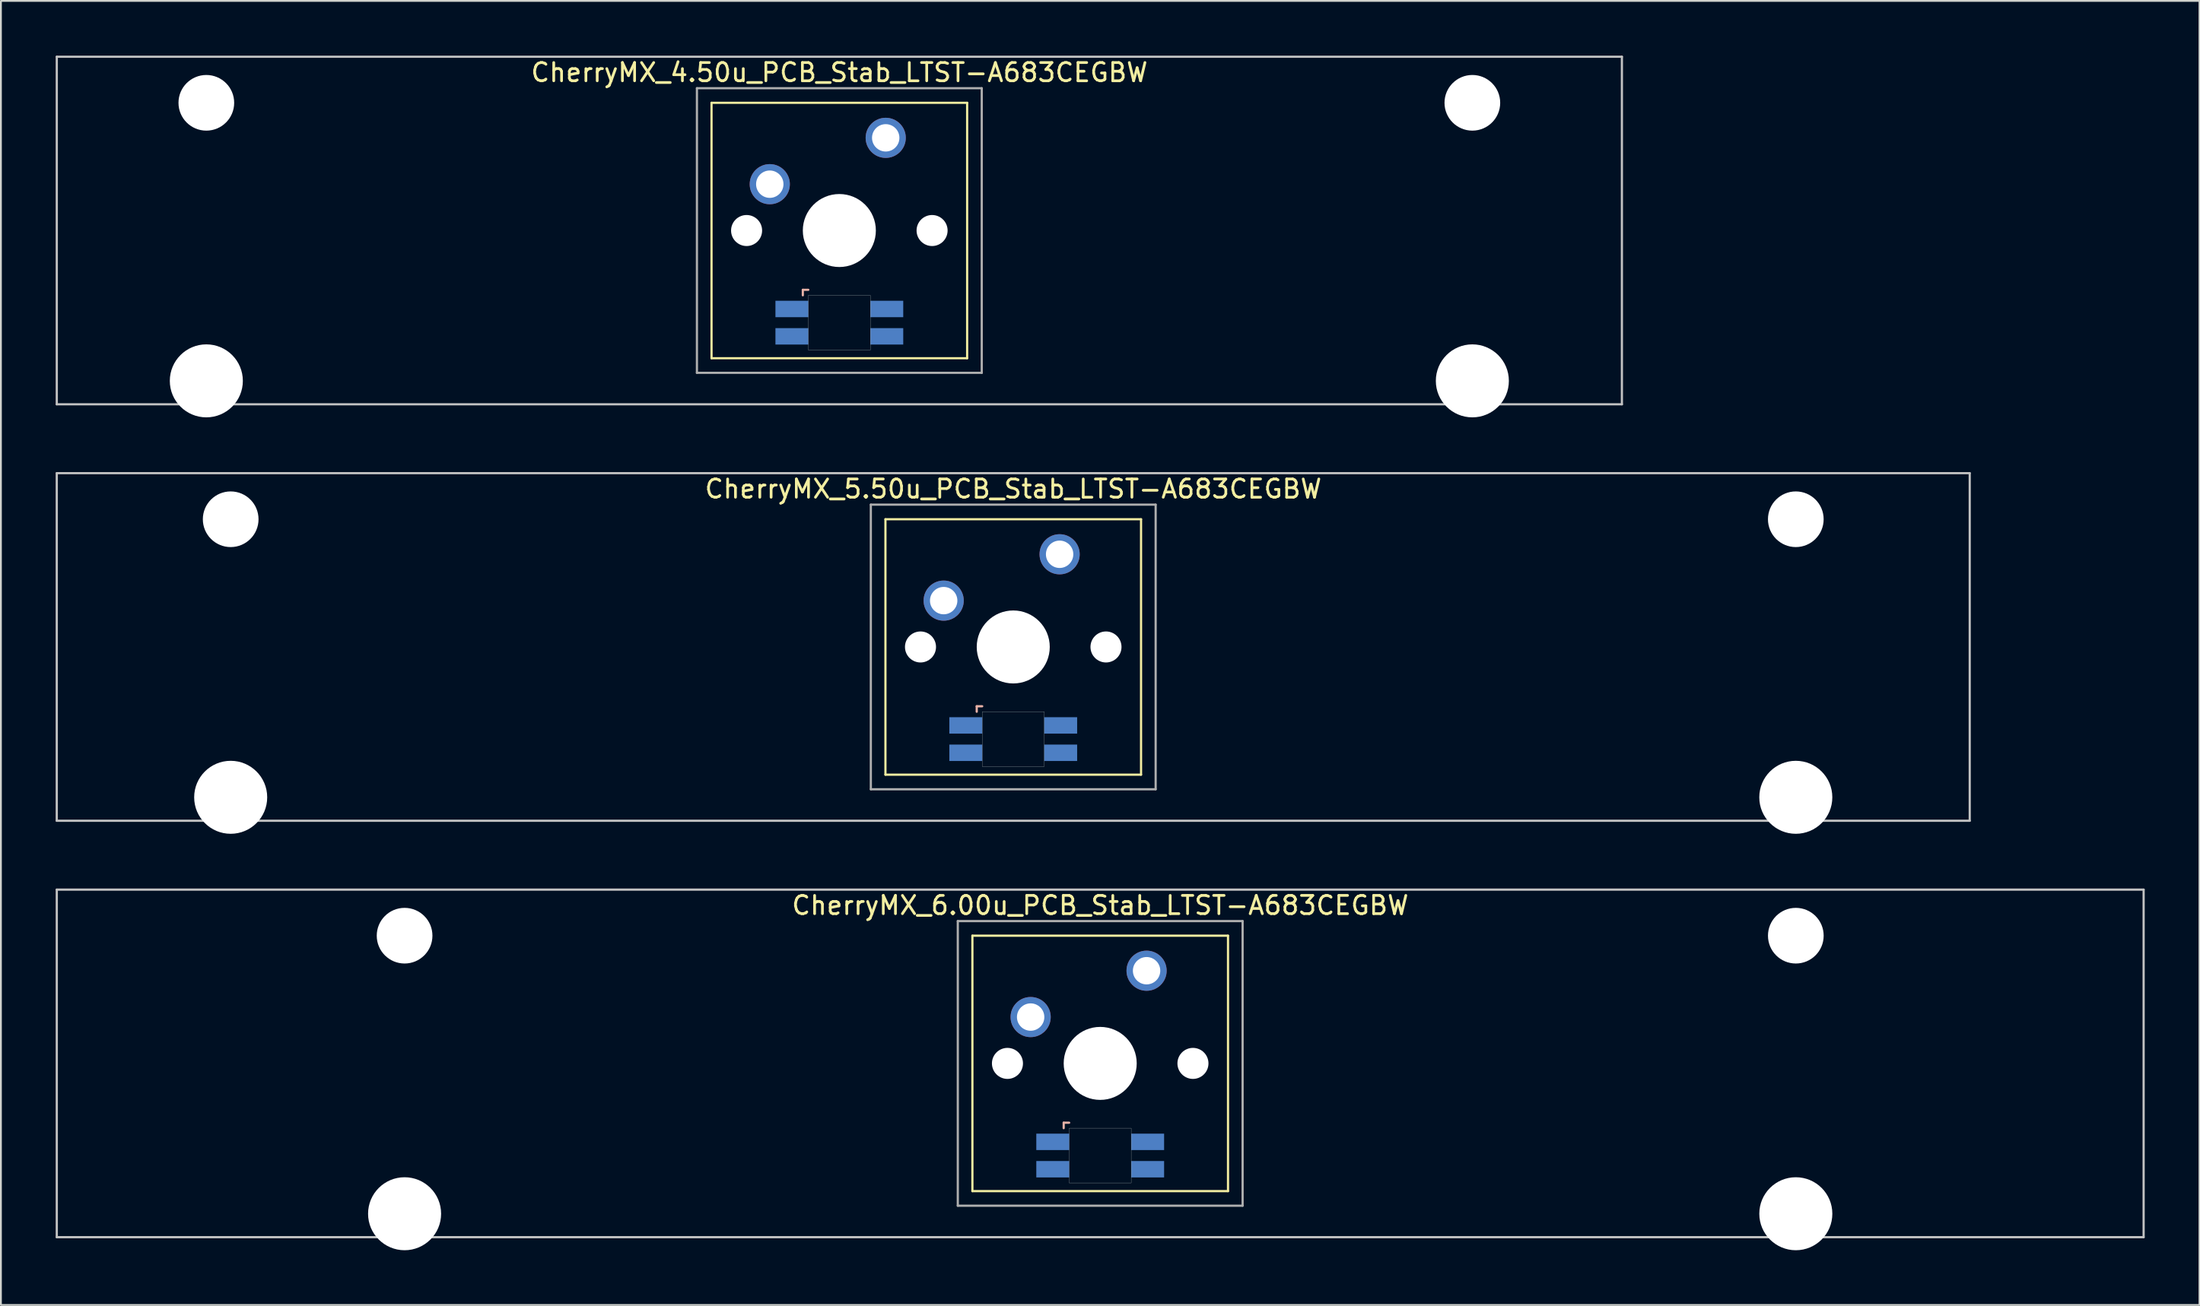
<source format=kicad_pcb>
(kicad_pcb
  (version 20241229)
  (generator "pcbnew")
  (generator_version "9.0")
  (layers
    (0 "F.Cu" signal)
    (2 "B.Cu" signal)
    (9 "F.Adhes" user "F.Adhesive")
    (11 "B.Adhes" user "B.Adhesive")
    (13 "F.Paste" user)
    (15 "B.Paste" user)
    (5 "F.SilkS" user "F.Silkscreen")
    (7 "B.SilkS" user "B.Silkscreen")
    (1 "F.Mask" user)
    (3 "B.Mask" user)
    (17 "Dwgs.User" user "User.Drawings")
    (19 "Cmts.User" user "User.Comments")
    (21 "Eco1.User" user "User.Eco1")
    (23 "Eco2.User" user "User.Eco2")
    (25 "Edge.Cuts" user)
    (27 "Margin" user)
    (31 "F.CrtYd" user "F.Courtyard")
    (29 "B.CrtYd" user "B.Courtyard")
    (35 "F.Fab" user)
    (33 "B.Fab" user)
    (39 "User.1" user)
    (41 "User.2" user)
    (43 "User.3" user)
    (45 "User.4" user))
  (footprint "CherryMX_6.00u_PCB_Stab_LTST-A683CEGBW"
    (layer "F.Cu")
    (at 57.21 55.235)
    (property "Reference" "CherryMX_6.00u_PCB_Stab_LTST-A683CEGBW" (at 0 -8.662 0) (layer "F.SilkS") (effects (font (size 1 1) (thickness 0.15))))
    (attr through_hole)
    (fp_line (start -7 -7) (end -7 7) (stroke (width 0.12) (type solid)) (layer "F.SilkS"))
    (fp_line (start -7 -7) (end 7 -7) (stroke (width 0.12) (type solid)) (layer "F.SilkS"))
    (fp_line (start 7 -7) (end 7 7) (stroke (width 0.12) (type solid)) (layer "F.SilkS"))
    (fp_line (start 7 7) (end -7 7) (stroke (width 0.12) (type solid)) (layer "F.SilkS"))
    (fp_line (start -2 3.25) (end -2 3.55) (stroke (width 0.12) (type solid)) (layer "B.SilkS"))
    (fp_line (start -1.7 3.25) (end -2 3.25) (stroke (width 0.12) (type solid)) (layer "B.SilkS"))
    (fp_line (start -57.15 -9.525) (end 57.15 -9.525) (stroke (width 0.12) (type solid)) (layer "Dwgs.User"))
    (fp_line (start -57.15 9.525) (end -57.15 -9.525) (stroke (width 0.12) (type solid)) (layer "Dwgs.User"))
    (fp_line (start 57.15 -9.525) (end 57.15 9.525) (stroke (width 0.12) (type solid)) (layer "Dwgs.User"))
    (fp_line (start 57.15 9.525) (end -57.15 9.525) (stroke (width 0.12) (type solid)) (layer "Dwgs.User"))
    (fp_poly (pts (xy 1.7 6.55) (xy -1.7 6.55) (xy -1.7 3.55) (xy 1.7 3.55)) (stroke (width 0.01) (type solid)) (fill no) (layer "Edge.Cuts"))
    (fp_line (start -7.8 -7.8) (end -7.8 7.8) (stroke (width 0.12) (type solid)) (layer "F.Fab"))
    (fp_line (start -7.8 -7.8) (end 7.8 -7.8) (stroke (width 0.12) (type solid)) (layer "F.Fab"))
    (fp_line (start -7.8 7.8) (end 7.8 7.8) (stroke (width 0.12) (type solid)) (layer "F.Fab"))
    (fp_line (start 7.8 -7.8) (end 7.8 7.8) (stroke (width 0.12) (type solid)) (layer "F.Fab"))
    (pad "" np_thru_hole circle (at -38.1 -7) (size 3.05 3.05) (drill 3.05) (layers "*.Cu" "*.Mask"))
    (pad "" np_thru_hole circle (at -38.1 8.24) (size 4 4) (drill 4) (layers "*.Cu" "*.Mask"))
    (pad "" np_thru_hole circle (at -5.08 0) (size 1.7 1.7) (drill 1.7) (layers "*.Cu" "*.Mask"))
    (pad "" np_thru_hole circle (at 0 0) (size 4 4) (drill 4) (layers "*.Cu" "*.Mask"))
    (pad "" np_thru_hole circle (at 5.08 0) (size 1.7 1.7) (drill 1.7) (layers "*.Cu" "*.Mask"))
    (pad "" np_thru_hole circle (at 38.1 -7) (size 3.05 3.05) (drill 3.05) (layers "*.Cu" "*.Mask"))
    (pad "" np_thru_hole circle (at 38.1 8.24) (size 4 4) (drill 4) (layers "*.Cu" "*.Mask"))
    (pad "1" thru_hole circle (at -3.81 -2.54) (size 2.2 2.2) (drill 1.5) (layers "*.Cu" "*.Mask"))
    (pad "2" thru_hole circle (at 2.54 -5.08) (size 2.2 2.2) (drill 1.5) (layers "*.Cu" "*.Mask"))
    (pad "3" smd rect (at -2.6 4.3) (size 1.8 0.9) (layers "B.Cu" "B.Mask" "B.Paste"))
    (pad "4" smd rect (at -2.6 5.8) (size 1.8 0.9) (layers "B.Cu" "B.Mask" "B.Paste"))
    (pad "5" smd rect (at 2.6 4.3) (size 1.8 0.9) (layers "B.Cu" "B.Mask" "B.Paste"))
    (pad "6" smd rect (at 2.6 5.8) (size 1.8 0.9) (layers "B.Cu" "B.Mask" "B.Paste")))
  (footprint "CherryMX_5.50u_PCB_Stab_LTST-A683CEGBW"
    (layer "F.Cu")
    (at 52.447 32.41)
    (property "Reference" "CherryMX_5.50u_PCB_Stab_LTST-A683CEGBW" (at 0 -8.662 0) (layer "F.SilkS") (effects (font (size 1 1) (thickness 0.15))))
    (attr through_hole)
    (fp_line (start -7 -7) (end -7 7) (stroke (width 0.12) (type solid)) (layer "F.SilkS"))
    (fp_line (start -7 -7) (end 7 -7) (stroke (width 0.12) (type solid)) (layer "F.SilkS"))
    (fp_line (start 7 -7) (end 7 7) (stroke (width 0.12) (type solid)) (layer "F.SilkS"))
    (fp_line (start 7 7) (end -7 7) (stroke (width 0.12) (type solid)) (layer "F.SilkS"))
    (fp_line (start -2 3.25) (end -2 3.55) (stroke (width 0.12) (type solid)) (layer "B.SilkS"))
    (fp_line (start -1.7 3.25) (end -2 3.25) (stroke (width 0.12) (type solid)) (layer "B.SilkS"))
    (fp_line (start -52.388 -9.525) (end 52.388 -9.525) (stroke (width 0.12) (type solid)) (layer "Dwgs.User"))
    (fp_line (start -52.388 9.525) (end -52.388 -9.525) (stroke (width 0.12) (type solid)) (layer "Dwgs.User"))
    (fp_line (start 52.388 -9.525) (end 52.388 9.525) (stroke (width 0.12) (type solid)) (layer "Dwgs.User"))
    (fp_line (start 52.388 9.525) (end -52.388 9.525) (stroke (width 0.12) (type solid)) (layer "Dwgs.User"))
    (fp_poly (pts (xy 1.7 6.55) (xy -1.7 6.55) (xy -1.7 3.55) (xy 1.7 3.55)) (stroke (width 0.01) (type solid)) (fill no) (layer "Edge.Cuts"))
    (fp_line (start -7.8 -7.8) (end -7.8 7.8) (stroke (width 0.12) (type solid)) (layer "F.Fab"))
    (fp_line (start -7.8 -7.8) (end 7.8 -7.8) (stroke (width 0.12) (type solid)) (layer "F.Fab"))
    (fp_line (start -7.8 7.8) (end 7.8 7.8) (stroke (width 0.12) (type solid)) (layer "F.Fab"))
    (fp_line (start 7.8 -7.8) (end 7.8 7.8) (stroke (width 0.12) (type solid)) (layer "F.Fab"))
    (pad "" np_thru_hole circle (at -42.862 -7) (size 3.05 3.05) (drill 3.05) (layers "*.Cu" "*.Mask"))
    (pad "" np_thru_hole circle (at -42.862 8.24) (size 4 4) (drill 4) (layers "*.Cu" "*.Mask"))
    (pad "" np_thru_hole circle (at -5.08 0) (size 1.7 1.7) (drill 1.7) (layers "*.Cu" "*.Mask"))
    (pad "" np_thru_hole circle (at 0 0) (size 4 4) (drill 4) (layers "*.Cu" "*.Mask"))
    (pad "" np_thru_hole circle (at 5.08 0) (size 1.7 1.7) (drill 1.7) (layers "*.Cu" "*.Mask"))
    (pad "" np_thru_hole circle (at 42.862 -7) (size 3.05 3.05) (drill 3.05) (layers "*.Cu" "*.Mask"))
    (pad "" np_thru_hole circle (at 42.862 8.24) (size 4 4) (drill 4) (layers "*.Cu" "*.Mask"))
    (pad "1" thru_hole circle (at -3.81 -2.54) (size 2.2 2.2) (drill 1.5) (layers "*.Cu" "*.Mask"))
    (pad "2" thru_hole circle (at 2.54 -5.08) (size 2.2 2.2) (drill 1.5) (layers "*.Cu" "*.Mask"))
    (pad "3" smd rect (at -2.6 4.3) (size 1.8 0.9) (layers "B.Cu" "B.Mask" "B.Paste"))
    (pad "4" smd rect (at -2.6 5.8) (size 1.8 0.9) (layers "B.Cu" "B.Mask" "B.Paste"))
    (pad "5" smd rect (at 2.6 4.3) (size 1.8 0.9) (layers "B.Cu" "B.Mask" "B.Paste"))
    (pad "6" smd rect (at 2.6 5.8) (size 1.8 0.9) (layers "B.Cu" "B.Mask" "B.Paste")))
  (footprint "CherryMX_4.50u_PCB_Stab_LTST-A683CEGBW"
    (layer "F.Cu")
    (at 42.922 9.585)
    (property "Reference" "CherryMX_4.50u_PCB_Stab_LTST-A683CEGBW" (at 0 -8.662 0) (layer "F.SilkS") (effects (font (size 1 1) (thickness 0.15))))
    (attr through_hole)
    (fp_line (start -7 -7) (end -7 7) (stroke (width 0.12) (type solid)) (layer "F.SilkS"))
    (fp_line (start -7 -7) (end 7 -7) (stroke (width 0.12) (type solid)) (layer "F.SilkS"))
    (fp_line (start 7 -7) (end 7 7) (stroke (width 0.12) (type solid)) (layer "F.SilkS"))
    (fp_line (start 7 7) (end -7 7) (stroke (width 0.12) (type solid)) (layer "F.SilkS"))
    (fp_line (start -2 3.25) (end -2 3.55) (stroke (width 0.12) (type solid)) (layer "B.SilkS"))
    (fp_line (start -1.7 3.25) (end -2 3.25) (stroke (width 0.12) (type solid)) (layer "B.SilkS"))
    (fp_line (start -42.862 -9.525) (end 42.862 -9.525) (stroke (width 0.12) (type solid)) (layer "Dwgs.User"))
    (fp_line (start -42.862 9.525) (end -42.862 -9.525) (stroke (width 0.12) (type solid)) (layer "Dwgs.User"))
    (fp_line (start 42.862 -9.525) (end 42.862 9.525) (stroke (width 0.12) (type solid)) (layer "Dwgs.User"))
    (fp_line (start 42.862 9.525) (end -42.862 9.525) (stroke (width 0.12) (type solid)) (layer "Dwgs.User"))
    (fp_poly (pts (xy 1.7 6.55) (xy -1.7 6.55) (xy -1.7 3.55) (xy 1.7 3.55)) (stroke (width 0.01) (type solid)) (fill no) (layer "Edge.Cuts"))
    (fp_line (start -7.8 -7.8) (end -7.8 7.8) (stroke (width 0.12) (type solid)) (layer "F.Fab"))
    (fp_line (start -7.8 -7.8) (end 7.8 -7.8) (stroke (width 0.12) (type solid)) (layer "F.Fab"))
    (fp_line (start -7.8 7.8) (end 7.8 7.8) (stroke (width 0.12) (type solid)) (layer "F.Fab"))
    (fp_line (start 7.8 -7.8) (end 7.8 7.8) (stroke (width 0.12) (type solid)) (layer "F.Fab"))
    (pad "" np_thru_hole circle (at -34.671 -7) (size 3.05 3.05) (drill 3.05) (layers "*.Cu" "*.Mask"))
    (pad "" np_thru_hole circle (at -34.671 8.24) (size 4 4) (drill 4) (layers "*.Cu" "*.Mask"))
    (pad "" np_thru_hole circle (at -5.08 0) (size 1.7 1.7) (drill 1.7) (layers "*.Cu" "*.Mask"))
    (pad "" np_thru_hole circle (at 0 0) (size 4 4) (drill 4) (layers "*.Cu" "*.Mask"))
    (pad "" np_thru_hole circle (at 5.08 0) (size 1.7 1.7) (drill 1.7) (layers "*.Cu" "*.Mask"))
    (pad "" np_thru_hole circle (at 34.671 -7) (size 3.05 3.05) (drill 3.05) (layers "*.Cu" "*.Mask"))
    (pad "" np_thru_hole circle (at 34.671 8.24) (size 4 4) (drill 4) (layers "*.Cu" "*.Mask"))
    (pad "1" thru_hole circle (at -3.81 -2.54) (size 2.2 2.2) (drill 1.5) (layers "*.Cu" "*.Mask"))
    (pad "2" thru_hole circle (at 2.54 -5.08) (size 2.2 2.2) (drill 1.5) (layers "*.Cu" "*.Mask"))
    (pad "3" smd rect (at -2.6 4.3) (size 1.8 0.9) (layers "B.Cu" "B.Mask" "B.Paste"))
    (pad "4" smd rect (at -2.6 5.8) (size 1.8 0.9) (layers "B.Cu" "B.Mask" "B.Paste"))
    (pad "5" smd rect (at 2.6 4.3) (size 1.8 0.9) (layers "B.Cu" "B.Mask" "B.Paste"))
    (pad "6" smd rect (at 2.6 5.8) (size 1.8 0.9) (layers "B.Cu" "B.Mask" "B.Paste")))
  (gr_rect
    (start -3 -3)
    (end 117.42 68.475)
    (stroke (width 0.1) (type default))
    (fill no)
    (layer "Edge.Cuts")))
</source>
